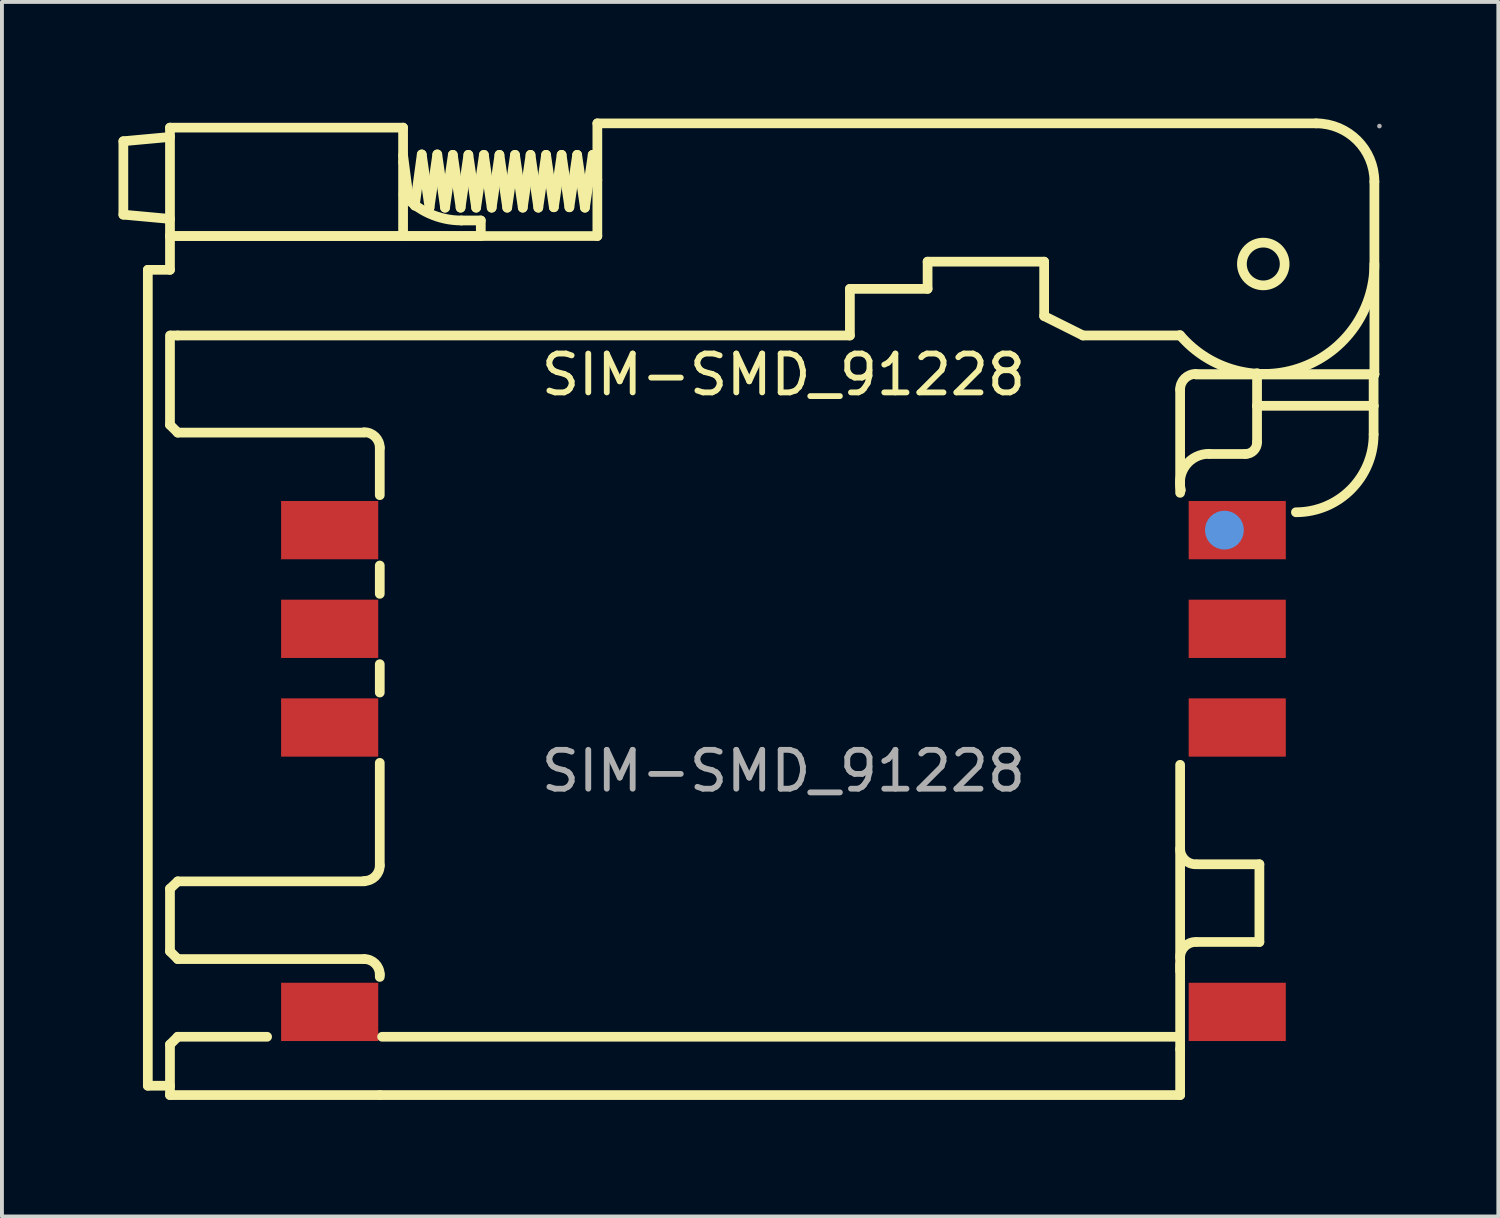
<source format=kicad_pcb>
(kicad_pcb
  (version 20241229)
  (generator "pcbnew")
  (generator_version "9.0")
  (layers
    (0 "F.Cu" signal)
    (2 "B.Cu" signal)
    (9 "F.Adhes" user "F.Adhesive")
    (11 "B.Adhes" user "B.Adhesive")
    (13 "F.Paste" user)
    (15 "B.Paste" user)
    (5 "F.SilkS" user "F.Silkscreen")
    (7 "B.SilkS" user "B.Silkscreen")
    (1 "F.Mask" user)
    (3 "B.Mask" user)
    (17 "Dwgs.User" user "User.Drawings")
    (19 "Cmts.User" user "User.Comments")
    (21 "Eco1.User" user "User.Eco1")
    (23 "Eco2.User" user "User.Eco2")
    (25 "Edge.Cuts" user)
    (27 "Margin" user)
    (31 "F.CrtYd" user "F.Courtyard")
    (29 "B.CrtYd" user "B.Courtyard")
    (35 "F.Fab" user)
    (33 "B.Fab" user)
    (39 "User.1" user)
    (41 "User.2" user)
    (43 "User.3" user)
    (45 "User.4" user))
  (footprint "SIM-SMD_91228"
    (layer "F.Cu")
    (at 17.115 16.795)
    (property "Reference" "SIM-SMD_91228" (at 0 -10.2 0) (layer "F.SilkS") (effects (font (size 1 1) (thickness 0.15))))
    (attr through_hole)
    (fp_line (start -16.99 -16.21) (end -15.79 -16.32) (stroke (width 0.25) (type solid)) (layer "F.SilkS"))
    (fp_line (start -16.99 -14.32) (end -16.99 -16.21) (stroke (width 0.25) (type solid)) (layer "F.SilkS"))
    (fp_line (start -16.99 -14.32) (end -15.79 -14.21) (stroke (width 0.25) (type solid)) (layer "F.SilkS"))
    (fp_line (start -16.36 -12.9) (end -16.36 8.1) (stroke (width 0.25) (type solid)) (layer "F.SilkS"))
    (fp_line (start -16.36 8.1) (end -15.79 8.1) (stroke (width 0.25) (type solid)) (layer "F.SilkS"))
    (fp_line (start -15.79 -16.56) (end -9.79 -16.56) (stroke (width 0.25) (type solid)) (layer "F.SilkS"))
    (fp_line (start -15.79 -13.77) (end -15.79 -16.56) (stroke (width 0.25) (type solid)) (layer "F.SilkS"))
    (fp_line (start -15.79 -13.77) (end -15.79 -12.9) (stroke (width 0.25) (type solid)) (layer "F.SilkS"))
    (fp_line (start -15.79 -13.77) (end -7.79 -13.77) (stroke (width 0.25) (type solid)) (layer "F.SilkS"))
    (fp_line (start -15.79 -13.77) (end -4.79 -13.77) (stroke (width 0.25) (type solid)) (layer "F.SilkS"))
    (fp_line (start -15.79 -12.9) (end -16.36 -12.9) (stroke (width 0.25) (type solid)) (layer "F.SilkS"))
    (fp_line (start -15.79 -8.91) (end -15.79 -11.21) (stroke (width 0.25) (type solid)) (layer "F.SilkS"))
    (fp_line (start -15.79 -8.91) (end -15.59 -8.71) (stroke (width 0.25) (type solid)) (layer "F.SilkS"))
    (fp_line (start -15.79 3.03) (end -15.59 2.84) (stroke (width 0.25) (type solid)) (layer "F.SilkS"))
    (fp_line (start -15.79 4.64) (end -15.79 3.03) (stroke (width 0.25) (type solid)) (layer "F.SilkS"))
    (fp_line (start -15.79 4.64) (end -15.59 4.84) (stroke (width 0.25) (type solid)) (layer "F.SilkS"))
    (fp_line (start -15.79 7.04) (end -15.59 6.84) (stroke (width 0.25) (type solid)) (layer "F.SilkS"))
    (fp_line (start -15.79 8.34) (end -15.79 7.04) (stroke (width 0.25) (type solid)) (layer "F.SilkS"))
    (fp_line (start -15.79 8.34) (end -10.39 8.34) (stroke (width 0.25) (type solid)) (layer "F.SilkS"))
    (fp_line (start -15.77 -11.21) (end -15.59 -11.21) (stroke (width 0.25) (type solid)) (layer "F.SilkS"))
    (fp_line (start -15.59 -11.21) (end 1.71 -11.21) (stroke (width 0.25) (type solid)) (layer "F.SilkS"))
    (fp_line (start -15.59 -8.71) (end -10.79 -8.71) (stroke (width 0.25) (type solid)) (layer "F.SilkS"))
    (fp_line (start -15.59 2.84) (end -10.79 2.84) (stroke (width 0.25) (type solid)) (layer "F.SilkS"))
    (fp_line (start -15.59 4.84) (end -10.79 4.84) (stroke (width 0.25) (type solid)) (layer "F.SilkS"))
    (fp_line (start -15.59 6.84) (end -13.29 6.84) (stroke (width 0.25) (type solid)) (layer "F.SilkS"))
    (fp_line (start -10.39 -8.32) (end -10.39 -7.1) (stroke (width 0.25) (type solid)) (layer "F.SilkS"))
    (fp_line (start -10.39 -5.29) (end -10.39 -4.56) (stroke (width 0.25) (type solid)) (layer "F.SilkS"))
    (fp_line (start -10.39 -2.75) (end -10.39 -2.02) (stroke (width 0.25) (type solid)) (layer "F.SilkS"))
    (fp_line (start -10.39 -0.21) (end -10.39 2.43) (stroke (width 0.25) (type solid)) (layer "F.SilkS"))
    (fp_line (start -10.39 5.23) (end -10.39 5.3) (stroke (width 0.25) (type solid)) (layer "F.SilkS"))
    (fp_line (start -10.39 8.34) (end 10.21 8.34) (stroke (width 0.25) (type solid)) (layer "F.SilkS"))
    (fp_line (start -10.33 6.84) (end 10.08 6.84) (stroke (width 0.25) (type solid)) (layer "F.SilkS"))
    (fp_line (start -9.79 -15.85) (end -9.64 -14.7) (stroke (width 0.25) (type solid)) (layer "F.SilkS"))
    (fp_line (start -9.79 -15.67) (end -9.79 -16.56) (stroke (width 0.25) (type solid)) (layer "F.SilkS"))
    (fp_line (start -9.79 -13.77) (end -9.79 -15.67) (stroke (width 0.25) (type solid)) (layer "F.SilkS"))
    (fp_line (start -9.49 -14.55) (end -9.31 -15.87) (stroke (width 0.25) (type solid)) (layer "F.SilkS"))
    (fp_line (start -9.31 -15.87) (end -9.11 -14.5) (stroke (width 0.25) (type solid)) (layer "F.SilkS"))
    (fp_line (start -9.11 -14.5) (end -8.91 -15.87) (stroke (width 0.25) (type solid)) (layer "F.SilkS"))
    (fp_line (start -8.91 -15.87) (end -8.71 -14.5) (stroke (width 0.25) (type solid)) (layer "F.SilkS"))
    (fp_line (start -8.71 -14.5) (end -8.51 -15.86) (stroke (width 0.25) (type solid)) (layer "F.SilkS"))
    (fp_line (start -8.51 -15.86) (end -8.31 -14.5) (stroke (width 0.25) (type solid)) (layer "F.SilkS"))
    (fp_line (start -8.31 -14.5) (end -8.11 -15.86) (stroke (width 0.25) (type solid)) (layer "F.SilkS"))
    (fp_line (start -8.29 -14.17) (end -7.79 -14.17) (stroke (width 0.25) (type solid)) (layer "F.SilkS"))
    (fp_line (start -8.11 -15.86) (end -7.91 -14.5) (stroke (width 0.25) (type solid)) (layer "F.SilkS"))
    (fp_line (start -7.91 -14.5) (end -7.71 -15.86) (stroke (width 0.25) (type solid)) (layer "F.SilkS"))
    (fp_line (start -7.79 -13.77) (end -7.79 -14.17) (stroke (width 0.25) (type solid)) (layer "F.SilkS"))
    (fp_line (start -7.71 -15.86) (end -7.51 -14.5) (stroke (width 0.25) (type solid)) (layer "F.SilkS"))
    (fp_line (start -7.51 -14.5) (end -7.31 -15.86) (stroke (width 0.25) (type solid)) (layer "F.SilkS"))
    (fp_line (start -7.31 -15.86) (end -7.11 -14.5) (stroke (width 0.25) (type solid)) (layer "F.SilkS"))
    (fp_line (start -7.11 -14.5) (end -6.91 -15.86) (stroke (width 0.25) (type solid)) (layer "F.SilkS"))
    (fp_line (start -6.91 -15.86) (end -6.71 -14.5) (stroke (width 0.25) (type solid)) (layer "F.SilkS"))
    (fp_line (start -6.71 -14.5) (end -6.51 -15.86) (stroke (width 0.25) (type solid)) (layer "F.SilkS"))
    (fp_line (start -6.51 -15.86) (end -6.31 -14.5) (stroke (width 0.25) (type solid)) (layer "F.SilkS"))
    (fp_line (start -6.31 -14.5) (end -6.11 -15.86) (stroke (width 0.25) (type solid)) (layer "F.SilkS"))
    (fp_line (start -6.11 -15.86) (end -5.91 -14.51) (stroke (width 0.25) (type solid)) (layer "F.SilkS"))
    (fp_line (start -5.91 -14.51) (end -5.71 -15.86) (stroke (width 0.25) (type solid)) (layer "F.SilkS"))
    (fp_line (start -5.71 -15.86) (end -5.51 -14.51) (stroke (width 0.25) (type solid)) (layer "F.SilkS"))
    (fp_line (start -5.51 -14.51) (end -5.31 -15.86) (stroke (width 0.25) (type solid)) (layer "F.SilkS"))
    (fp_line (start -5.31 -15.86) (end -5.11 -14.5) (stroke (width 0.25) (type solid)) (layer "F.SilkS"))
    (fp_line (start -5.11 -14.5) (end -4.91 -15.86) (stroke (width 0.25) (type solid)) (layer "F.SilkS"))
    (fp_line (start -4.91 -15.86) (end -4.79 -15.21) (stroke (width 0.25) (type solid)) (layer "F.SilkS"))
    (fp_line (start -4.79 -16.67) (end 13.71 -16.67) (stroke (width 0.25) (type solid)) (layer "F.SilkS"))
    (fp_line (start -4.79 -13.77) (end -4.79 -16.67) (stroke (width 0.25) (type solid)) (layer "F.SilkS"))
    (fp_line (start 1.71 -12.41) (end 3.71 -12.41) (stroke (width 0.25) (type solid)) (layer "F.SilkS"))
    (fp_line (start 1.71 -11.21) (end 1.71 -12.41) (stroke (width 0.25) (type solid)) (layer "F.SilkS"))
    (fp_line (start 3.71 -13.11) (end 6.71 -13.11) (stroke (width 0.25) (type solid)) (layer "F.SilkS"))
    (fp_line (start 3.71 -12.41) (end 3.71 -13.11) (stroke (width 0.25) (type solid)) (layer "F.SilkS"))
    (fp_line (start 6.71 -11.71) (end 6.71 -13.11) (stroke (width 0.25) (type solid)) (layer "F.SilkS"))
    (fp_line (start 6.71 -11.71) (end 7.71 -11.21) (stroke (width 0.25) (type solid)) (layer "F.SilkS"))
    (fp_line (start 7.71 -11.21) (end 10.21 -11.21) (stroke (width 0.25) (type solid)) (layer "F.SilkS"))
    (fp_line (start 10.21 -9.82) (end 10.21 -7.16) (stroke (width 0.25) (type solid)) (layer "F.SilkS"))
    (fp_line (start 10.21 -0.16) (end 10.21 5.15) (stroke (width 0.25) (type solid)) (layer "F.SilkS"))
    (fp_line (start 10.21 4.98) (end 10.21 7.16) (stroke (width 0.25) (type solid)) (layer "F.SilkS"))
    (fp_line (start 10.21 8.34) (end 10.21 7.16) (stroke (width 0.25) (type solid)) (layer "F.SilkS"))
    (fp_line (start 10.61 -10.21) (end 15.21 -10.21) (stroke (width 0.25) (type solid)) (layer "F.SilkS"))
    (fp_line (start 10.61 -10.21) (end 15.21 -10.21) (stroke (width 0.25) (type solid)) (layer "F.SilkS"))
    (fp_line (start 10.65 2.4) (end 12.25 2.4) (stroke (width 0.25) (type solid)) (layer "F.SilkS"))
    (fp_line (start 10.65 4.4) (end 12.25 4.4) (stroke (width 0.25) (type solid)) (layer "F.SilkS"))
    (fp_line (start 10.96 -8.16) (end 11.89 -8.16) (stroke (width 0.25) (type solid)) (layer "F.SilkS"))
    (fp_line (start 12.19 -9.4) (end 12.19 -10.24) (stroke (width 0.25) (type solid)) (layer "F.SilkS"))
    (fp_line (start 12.19 -9.4) (end 15.19 -9.4) (stroke (width 0.25) (type solid)) (layer "F.SilkS"))
    (fp_line (start 12.19 -8.47) (end 12.19 -9.4) (stroke (width 0.25) (type solid)) (layer "F.SilkS"))
    (fp_line (start 12.25 4.4) (end 12.25 2.4) (stroke (width 0.25) (type solid)) (layer "F.SilkS"))
    (fp_line (start 15.19 -9.4) (end 15.19 -10.21) (stroke (width 0.25) (type solid)) (layer "F.SilkS"))
    (fp_line (start 15.19 -8.67) (end 15.19 -9.4) (stroke (width 0.25) (type solid)) (layer "F.SilkS"))
    (fp_line (start 15.21 -10.21) (end 15.21 -15.17) (stroke (width 0.25) (type solid)) (layer "F.SilkS"))
    (fp_arc (start -10.79 -8.72) (mid -10.507157 -8.602843) (end -10.39 -8.32) (stroke (width 0.25) (type solid)) (layer "F.SilkS"))
    (fp_arc (start -10.79 4.84) (mid -10.507157 4.957157) (end -10.39 5.24) (stroke (width 0.25) (type solid)) (layer "F.SilkS"))
    (fp_arc (start -10.39 2.43) (mid -10.507157 2.712843) (end -10.79 2.83) (stroke (width 0.25) (type solid)) (layer "F.SilkS"))
    (fp_arc (start -8.29 -14.17) (mid -9.10682 -14.344403) (end -9.781185 -14.837195) (stroke (width 0.25) (type solid)) (layer "F.SilkS"))
    (fp_arc (start 10.21 -9.82) (mid 10.327157 -10.102843) (end 10.61 -10.22) (stroke (width 0.25) (type solid)) (layer "F.SilkS"))
    (fp_arc (start 10.21 4.8) (mid 10.327157 4.517157) (end 10.61 4.4) (stroke (width 0.25) (type solid)) (layer "F.SilkS"))
    (fp_arc (start 10.23 -7.23) (mid 10.361034 -7.875653) (end 10.953084 -8.164641) (stroke (width 0.25) (type solid)) (layer "F.SilkS"))
    (fp_arc (start 10.61 2.4) (mid 10.327157 2.282843) (end 10.21 2) (stroke (width 0.25) (type solid)) (layer "F.SilkS"))
    (fp_arc (start 12.19 -8.46) (mid 12.102132 -8.247868) (end 11.89 -8.16) (stroke (width 0.25) (type solid)) (layer "F.SilkS"))
    (fp_arc (start 13.71 -16.67) (mid 14.77066 -16.23066) (end 15.21 -15.17) (stroke (width 0.25) (type solid)) (layer "F.SilkS"))
    (fp_arc (start 15.19 -8.66) (mid 14.604214 -7.245786) (end 13.19 -6.66) (stroke (width 0.25) (type solid)) (layer "F.SilkS"))
    (fp_arc (start 15.21 -13.05) (mid 13.344987 -10.392586) (end 10.205877 -11.220904) (stroke (width 0.25) (type solid)) (layer "F.SilkS"))
    (fp_circle (center 12.35 -13.05) (end 12.9 -13.05) (stroke (width 0.25) (type solid)) (fill no) (layer "F.SilkS"))
    (fp_circle (center 11.35 -6.2) (end 11.6 -6.2) (stroke (width 0.5) (type solid)) (fill no) (layer "Cmts.User"))
    (fp_circle (center 15.34 -16.6) (end 15.37 -16.6) (stroke (width 0.06) (type solid)) (fill no) (layer "F.Fab"))
    (fp_text user "${REFERENCE}" (at 0 0 0) (layer "F.Fab") (effects (font (size 1 1) (thickness 0.15))))
    (pad "1" smd rect (at 11.68 -6.2 90) (size 1.5 2.5) (layers "F.Cu" "F.Mask" "F.Paste"))
    (pad "2" smd rect (at 11.68 -3.66 90) (size 1.5 2.5) (layers "F.Cu" "F.Mask" "F.Paste"))
    (pad "3" smd rect (at 11.68 -1.12 90) (size 1.5 2.5) (layers "F.Cu" "F.Mask" "F.Paste"))
    (pad "4" smd rect (at 11.68 6.2 90) (size 1.5 2.5) (layers "F.Cu" "F.Mask" "F.Paste"))
    (pad "5" smd rect (at -11.68 -6.2 90) (size 1.5 2.5) (layers "F.Cu" "F.Mask" "F.Paste"))
    (pad "6" smd rect (at -11.68 -3.66 90) (size 1.5 2.5) (layers "F.Cu" "F.Mask" "F.Paste"))
    (pad "7" smd rect (at -11.68 -1.12 90) (size 1.5 2.5) (layers "F.Cu" "F.Mask" "F.Paste"))
    (pad "8" smd rect (at -11.68 6.2 90) (size 1.5 2.5) (layers "F.Cu" "F.Mask" "F.Paste")))
  (gr_rect
    (start -3 -3)
    (end 35.515 28.26)
    (stroke (width 0.1) (type default))
    (fill no)
    (layer "Edge.Cuts")))
</source>
